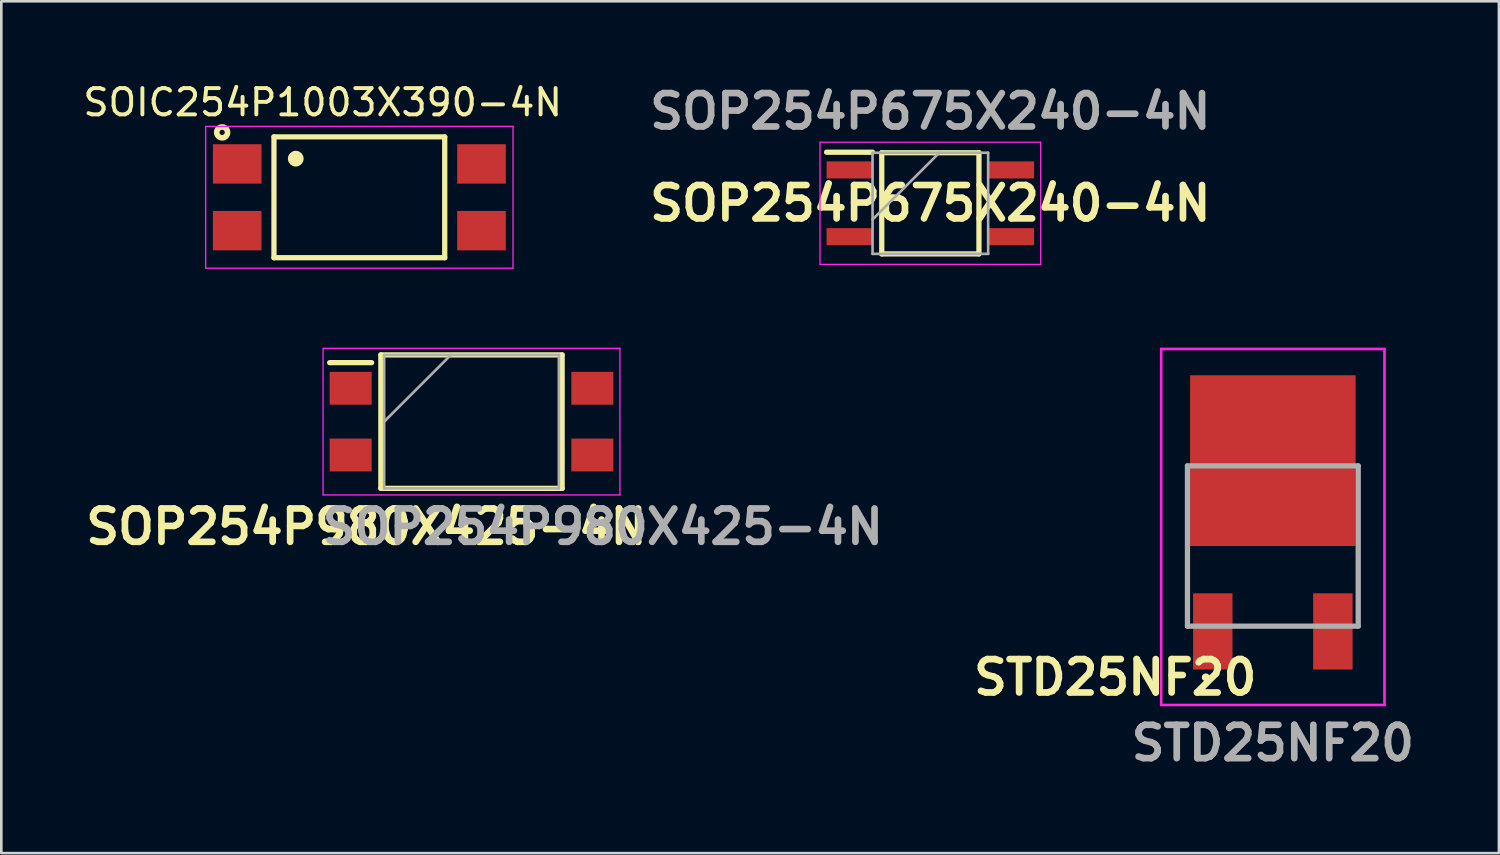
<source format=kicad_pcb>
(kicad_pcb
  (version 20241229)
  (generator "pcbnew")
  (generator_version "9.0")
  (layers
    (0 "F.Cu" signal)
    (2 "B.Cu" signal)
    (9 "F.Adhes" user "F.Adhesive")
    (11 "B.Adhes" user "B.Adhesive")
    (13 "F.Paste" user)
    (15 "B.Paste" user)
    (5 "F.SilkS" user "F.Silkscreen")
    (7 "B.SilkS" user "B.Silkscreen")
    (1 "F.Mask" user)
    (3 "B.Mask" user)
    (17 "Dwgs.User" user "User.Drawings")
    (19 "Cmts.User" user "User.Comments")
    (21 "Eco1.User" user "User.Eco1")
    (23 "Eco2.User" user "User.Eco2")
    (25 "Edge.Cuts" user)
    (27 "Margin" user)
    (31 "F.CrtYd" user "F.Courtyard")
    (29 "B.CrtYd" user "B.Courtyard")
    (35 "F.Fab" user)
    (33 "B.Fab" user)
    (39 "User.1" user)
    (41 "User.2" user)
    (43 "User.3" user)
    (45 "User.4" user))
  (footprint "SOIC254P1003X390-4N"
    (layer "F.Cu")
    (at 10.629 4.46)
    (property "Reference" "SOIC254P1003X390-4N" (at -1.395 -3.611 0) (layer "F.SilkS") (effects (font (size 1.001 1.001) (thickness 0.15))))
    (attr smd)
    (fp_line (start -3.25 -2.3) (end 3.25 -2.3) (stroke (width 0.2) (type solid)) (layer "F.SilkS"))
    (fp_line (start -3.25 2.3) (end -3.25 -2.3) (stroke (width 0.2) (type solid)) (layer "F.SilkS"))
    (fp_line (start 3.25 -2.3) (end 3.25 2.3) (stroke (width 0.2) (type solid)) (layer "F.SilkS"))
    (fp_line (start 3.25 2.3) (end -3.25 2.3) (stroke (width 0.2) (type solid)) (layer "F.SilkS"))
    (fp_circle (center -5.223 -2.47) (end -5.123 -2.47) (stroke (width 0.213) (type solid)) (fill no) (layer "F.SilkS"))
    (fp_circle (center -2.421 -1.47) (end -2.271 -1.47) (stroke (width 0.3) (type solid)) (fill no) (layer "F.SilkS"))
    (fp_line (start -5.85 -2.7) (end 5.85 -2.7) (stroke (width 0.05) (type solid)) (layer "F.CrtYd"))
    (fp_line (start -5.85 2.7) (end -5.85 -2.7) (stroke (width 0.05) (type solid)) (layer "F.CrtYd"))
    (fp_line (start 5.85 -2.7) (end 5.85 2.7) (stroke (width 0.05) (type solid)) (layer "F.CrtYd"))
    (fp_line (start 5.85 2.7) (end -5.85 2.7) (stroke (width 0.05) (type solid)) (layer "F.CrtYd"))
    (pad "1" smd rect (at -4.65 -1.27) (size 1.85 1.5) (layers "F.Cu" "F.Mask" "F.Paste"))
    (pad "2" smd rect (at -4.65 1.27) (size 1.85 1.5) (layers "F.Cu" "F.Mask" "F.Paste"))
    (pad "3" smd rect (at 4.65 1.27) (size 1.85 1.5) (layers "F.Cu" "F.Mask" "F.Paste"))
    (pad "4" smd rect (at 4.65 -1.27) (size 1.85 1.5) (layers "F.Cu" "F.Mask" "F.Paste")))
  (footprint "SOP254P980X425-4N"
    (layer "F.Cu")
    (at 14.898 13)
    (property "Reference" "SOP254P980X425-4N" (at -4 4 0) (layer "F.SilkS") (effects (font (size 1.27 1.27) (thickness 0.254))))
    (attr smd)
    (fp_line (start -5.4 -2.245) (end -3.8 -2.245) (stroke (width 0.2) (type solid)) (layer "F.SilkS"))
    (fp_line (start -3.45 -2.54) (end 3.45 -2.54) (stroke (width 0.2) (type solid)) (layer "F.SilkS"))
    (fp_line (start -3.45 2.54) (end -3.45 -2.54) (stroke (width 0.2) (type solid)) (layer "F.SilkS"))
    (fp_line (start 3.45 -2.54) (end 3.45 2.54) (stroke (width 0.2) (type solid)) (layer "F.SilkS"))
    (fp_line (start 3.45 2.54) (end -3.45 2.54) (stroke (width 0.2) (type solid)) (layer "F.SilkS"))
    (fp_line (start -5.65 -2.79) (end 5.65 -2.79) (stroke (width 0.05) (type solid)) (layer "F.CrtYd"))
    (fp_line (start -5.65 2.79) (end -5.65 -2.79) (stroke (width 0.05) (type solid)) (layer "F.CrtYd"))
    (fp_line (start 5.65 -2.79) (end 5.65 2.79) (stroke (width 0.05) (type solid)) (layer "F.CrtYd"))
    (fp_line (start 5.65 2.79) (end -5.65 2.79) (stroke (width 0.05) (type solid)) (layer "F.CrtYd"))
    (fp_line (start -3.325 -2.54) (end 3.325 -2.54) (stroke (width 0.1) (type solid)) (layer "F.Fab"))
    (fp_line (start -3.325 0) (end -0.785 -2.54) (stroke (width 0.1) (type solid)) (layer "F.Fab"))
    (fp_line (start -3.325 2.54) (end -3.325 -2.54) (stroke (width 0.1) (type solid)) (layer "F.Fab"))
    (fp_line (start 3.325 -2.54) (end 3.325 2.54) (stroke (width 0.1) (type solid)) (layer "F.Fab"))
    (fp_line (start 3.325 2.54) (end -3.325 2.54) (stroke (width 0.1) (type solid)) (layer "F.Fab"))
    (fp_text user "${REFERENCE}" (at 5 4 0) (layer "F.Fab") (effects (font (size 1.27 1.27) (thickness 0.254))))
    (pad "1" smd rect (at -4.6 -1.27 90) (size 1.25 1.6) (layers "F.Cu" "F.Mask" "F.Paste"))
    (pad "2" smd rect (at -4.6 1.27 90) (size 1.25 1.6) (layers "F.Cu" "F.Mask" "F.Paste"))
    (pad "3" smd rect (at 4.6 1.27 90) (size 1.25 1.6) (layers "F.Cu" "F.Mask" "F.Paste"))
    (pad "4" smd rect (at 4.6 -1.27 90) (size 1.25 1.6) (layers "F.Cu" "F.Mask" "F.Paste")))
  (footprint "SOP254P675X240-4N"
    (layer "F.Cu")
    (at 32.365 4.689)
    (property "Reference" "SOP254P675X240-4N" (at 0 0 0) (layer "F.SilkS") (effects (font (size 1.27 1.27) (thickness 0.254))))
    (attr smd)
    (fp_line (start -3.95 -1.945) (end -2.2 -1.945) (stroke (width 0.2) (type solid)) (layer "F.SilkS"))
    (fp_line (start -1.85 -1.925) (end 1.85 -1.925) (stroke (width 0.2) (type solid)) (layer "F.SilkS"))
    (fp_line (start -1.85 1.925) (end -1.85 -1.925) (stroke (width 0.2) (type solid)) (layer "F.SilkS"))
    (fp_line (start 1.85 -1.925) (end 1.85 1.925) (stroke (width 0.2) (type solid)) (layer "F.SilkS"))
    (fp_line (start 1.85 1.925) (end -1.85 1.925) (stroke (width 0.2) (type solid)) (layer "F.SilkS"))
    (fp_line (start -4.2 -2.325) (end 4.2 -2.325) (stroke (width 0.05) (type solid)) (layer "F.CrtYd"))
    (fp_line (start -4.2 2.325) (end -4.2 -2.325) (stroke (width 0.05) (type solid)) (layer "F.CrtYd"))
    (fp_line (start 4.2 -2.325) (end 4.2 2.325) (stroke (width 0.05) (type solid)) (layer "F.CrtYd"))
    (fp_line (start 4.2 2.325) (end -4.2 2.325) (stroke (width 0.05) (type solid)) (layer "F.CrtYd"))
    (fp_line (start -2.2 -1.925) (end 2.2 -1.925) (stroke (width 0.1) (type solid)) (layer "F.Fab"))
    (fp_line (start -2.2 0.615) (end 0.34 -1.925) (stroke (width 0.1) (type solid)) (layer "F.Fab"))
    (fp_line (start -2.2 1.925) (end -2.2 -1.925) (stroke (width 0.1) (type solid)) (layer "F.Fab"))
    (fp_line (start 2.2 -1.925) (end 2.2 1.925) (stroke (width 0.1) (type solid)) (layer "F.Fab"))
    (fp_line (start 2.2 1.925) (end -2.2 1.925) (stroke (width 0.1) (type solid)) (layer "F.Fab"))
    (fp_text user "${REFERENCE}" (at 0 -3.5 0) (layer "F.Fab") (effects (font (size 1.27 1.27) (thickness 0.254))))
    (pad "1" smd rect (at -3.075 -1.27 90) (size 0.65 1.75) (layers "F.Cu" "F.Mask" "F.Paste"))
    (pad "2" smd rect (at -3.075 1.27 90) (size 0.65 1.75) (layers "F.Cu" "F.Mask" "F.Paste"))
    (pad "3" smd rect (at 3.075 1.27 90) (size 0.65 1.75) (layers "F.Cu" "F.Mask" "F.Paste"))
    (pad "4" smd rect (at 3.075 -1.27 90) (size 0.65 1.75) (layers "F.Cu" "F.Mask" "F.Paste")))
  (footprint "STD25NF20"
    (layer "F.Cu")
    (at 45.402 17.735)
    (property "Reference" "STD25NF20" (at -6 5 0) (layer "F.SilkS") (effects (font (size 1.27 1.27) (thickness 0.254))))
    (attr smd)
    (fp_line (start -2.6 5) (end -2.6 5) (stroke (width 0.2) (type solid)) (layer "F.SilkS"))
    (fp_line (start -2.5 5) (end -2.5 5) (stroke (width 0.2) (type solid)) (layer "F.SilkS"))
    (fp_arc (start -2.6 5) (mid -2.55 4.95) (end -2.5 5) (stroke (width 0.2) (type solid)) (layer "F.SilkS"))
    (fp_arc (start -2.5 5) (mid -2.55 5.05) (end -2.6 5) (stroke (width 0.2) (type solid)) (layer "F.SilkS"))
    (fp_line (start -4.25 -7.5) (end 4.25 -7.5) (stroke (width 0.1) (type solid)) (layer "F.CrtYd"))
    (fp_line (start -4.25 6.05) (end -4.25 -7.5) (stroke (width 0.1) (type solid)) (layer "F.CrtYd"))
    (fp_line (start 4.25 -7.5) (end 4.25 6.05) (stroke (width 0.1) (type solid)) (layer "F.CrtYd"))
    (fp_line (start 4.25 6.05) (end -4.25 6.05) (stroke (width 0.1) (type solid)) (layer "F.CrtYd"))
    (fp_line (start -3.25 -3.05) (end 3.25 -3.05) (stroke (width 0.2) (type solid)) (layer "F.Fab"))
    (fp_line (start -3.25 3.05) (end -3.25 -3.05) (stroke (width 0.2) (type solid)) (layer "F.Fab"))
    (fp_line (start 3.25 -3.05) (end 3.25 3.05) (stroke (width 0.2) (type solid)) (layer "F.Fab"))
    (fp_line (start 3.25 3.05) (end -3.25 3.05) (stroke (width 0.2) (type solid)) (layer "F.Fab"))
    (fp_text user "${REFERENCE}" (at 0 7.5 0) (layer "F.Fab") (effects (font (size 1.27 1.27) (thickness 0.254))))
    (pad "1" smd rect (at -2.286 3.25) (size 1.5 2.9) (layers "F.Cu" "F.Mask" "F.Paste"))
    (pad "2" smd rect (at 0 -3.25) (size 6.3 6.5) (layers "F.Cu" "F.Mask" "F.Paste"))
    (pad "3" smd rect (at 2.286 3.25) (size 1.5 2.9) (layers "F.Cu" "F.Mask" "F.Paste")))
  (gr_rect
    (start -3 -3)
    (end 54.008 29.424)
    (stroke (width 0.1) (type default))
    (fill no)
    (layer "Edge.Cuts")))
</source>
